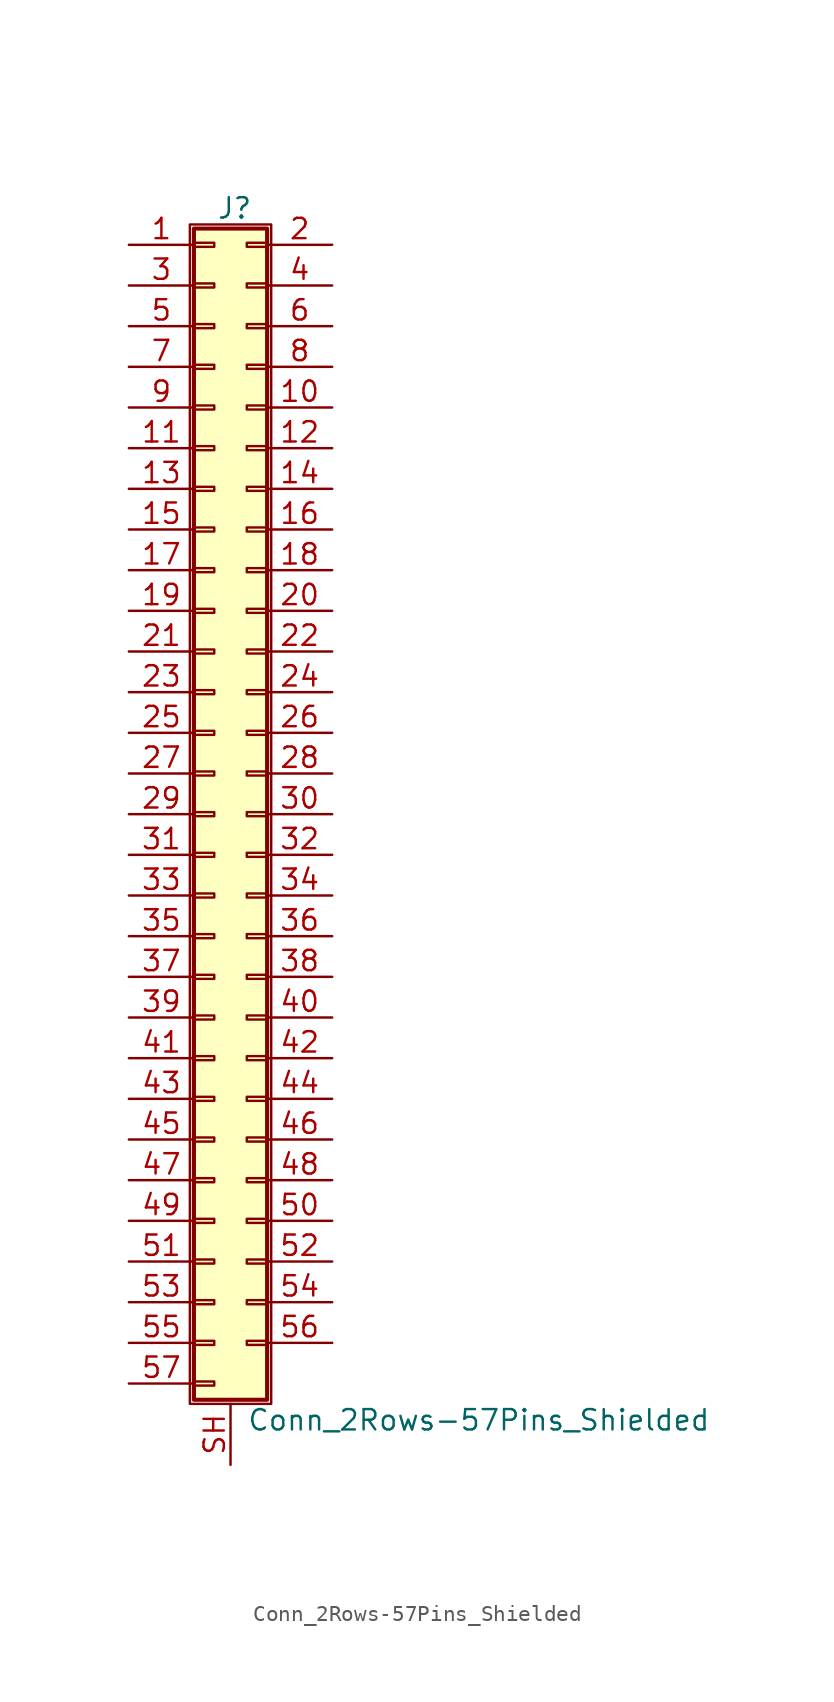
<source format=kicad_sym>
(kicad_symbol_lib
  (version 20220914)
  (generator kicad_symbol_editor)
  (symbol "Conn_2Rows-57Pins_Shielded"
    (pin_names
      (offset 1.016) hide)
    (property "Reference" "J"
      (at 1.524 37.846 0)
      (effects (font (size 1.27 1.27))))
    (property "Value" "Conn_2Rows-57Pins_Shielded"
      (at 2.286 -37.846 0)
      (effects (font (size 1.27 1.27)) (justify left)))
    (symbol "Conn_2Rows-57Pins_Shielded_1_1"
      (rectangle (start -1.27 36.83) (end 3.81 -36.83) (stroke (width 0.152) (type default)) (fill (type none)))
      (rectangle (start -1.016 -35.433) (end 0.254 -35.687) (stroke (width 0.152) (type default)) (fill (type none)))
      (rectangle (start -1.016 -32.893) (end 0.254 -33.147) (stroke (width 0.152) (type default)) (fill (type none)))
      (rectangle (start -1.016 -30.353) (end 0.254 -30.607) (stroke (width 0.152) (type default)) (fill (type none)))
      (rectangle (start -1.016 -27.813) (end 0.254 -28.067) (stroke (width 0.152) (type default)) (fill (type none)))
      (rectangle (start -1.016 -25.273) (end 0.254 -25.527) (stroke (width 0.152) (type default)) (fill (type none)))
      (rectangle (start -1.016 -22.733) (end 0.254 -22.987) (stroke (width 0.152) (type default)) (fill (type none)))
      (rectangle (start -1.016 -20.193) (end 0.254 -20.447) (stroke (width 0.152) (type default)) (fill (type none)))
      (rectangle (start -1.016 -17.653) (end 0.254 -17.907) (stroke (width 0.152) (type default)) (fill (type none)))
      (rectangle (start -1.016 -15.113) (end 0.254 -15.367) (stroke (width 0.152) (type default)) (fill (type none)))
      (rectangle (start -1.016 -12.573) (end 0.254 -12.827) (stroke (width 0.152) (type default)) (fill (type none)))
      (rectangle (start -1.016 -10.033) (end 0.254 -10.287) (stroke (width 0.152) (type default)) (fill (type none)))
      (rectangle (start -1.016 -7.493) (end 0.254 -7.747) (stroke (width 0.152) (type default)) (fill (type none)))
      (rectangle (start -1.016 -4.953) (end 0.254 -5.207) (stroke (width 0.152) (type default)) (fill (type none)))
      (rectangle (start -1.016 -2.413) (end 0.254 -2.667) (stroke (width 0.152) (type default)) (fill (type none)))
      (rectangle (start -1.016 0.127) (end 0.254 -0.127) (stroke (width 0.152) (type default)) (fill (type none)))
      (rectangle (start -1.016 2.667) (end 0.254 2.413) (stroke (width 0.152) (type default)) (fill (type none)))
      (rectangle (start -1.016 5.207) (end 0.254 4.953) (stroke (width 0.152) (type default)) (fill (type none)))
      (rectangle (start -1.016 7.747) (end 0.254 7.493) (stroke (width 0.152) (type default)) (fill (type none)))
      (rectangle (start -1.016 10.287) (end 0.254 10.033) (stroke (width 0.152) (type default)) (fill (type none)))
      (rectangle (start -1.016 12.827) (end 0.254 12.573) (stroke (width 0.152) (type default)) (fill (type none)))
      (rectangle (start -1.016 15.367) (end 0.254 15.113) (stroke (width 0.152) (type default)) (fill (type none)))
      (rectangle (start -1.016 17.907) (end 0.254 17.653) (stroke (width 0.152) (type default)) (fill (type none)))
      (rectangle (start -1.016 20.447) (end 0.254 20.193) (stroke (width 0.152) (type default)) (fill (type none)))
      (rectangle (start -1.016 22.987) (end 0.254 22.733) (stroke (width 0.152) (type default)) (fill (type none)))
      (rectangle (start -1.016 25.527) (end 0.254 25.273) (stroke (width 0.152) (type default)) (fill (type none)))
      (rectangle (start -1.016 28.067) (end 0.254 27.813) (stroke (width 0.152) (type default)) (fill (type none)))
      (rectangle (start -1.016 30.607) (end 0.254 30.353) (stroke (width 0.152) (type default)) (fill (type none)))
      (rectangle (start -1.016 33.147) (end 0.254 32.893) (stroke (width 0.152) (type default)) (fill (type none)))
      (rectangle (start -1.016 35.687) (end 0.254 35.433) (stroke (width 0.152) (type default)) (fill (type none)))
      (rectangle (start -1.016 36.576) (end 3.556 -36.576) (stroke (width 0.254) (type default)) (fill (type background)))
      (rectangle (start 3.556 -32.893) (end 2.286 -33.147) (stroke (width 0.152) (type default)) (fill (type none)))
      (rectangle (start 3.556 -30.353) (end 2.286 -30.607) (stroke (width 0.152) (type default)) (fill (type none)))
      (rectangle (start 3.556 -27.813) (end 2.286 -28.067) (stroke (width 0.152) (type default)) (fill (type none)))
      (rectangle (start 3.556 -25.273) (end 2.286 -25.527) (stroke (width 0.152) (type default)) (fill (type none)))
      (rectangle (start 3.556 -22.733) (end 2.286 -22.987) (stroke (width 0.152) (type default)) (fill (type none)))
      (rectangle (start 3.556 -20.193) (end 2.286 -20.447) (stroke (width 0.152) (type default)) (fill (type none)))
      (rectangle (start 3.556 -17.653) (end 2.286 -17.907) (stroke (width 0.152) (type default)) (fill (type none)))
      (rectangle (start 3.556 -15.113) (end 2.286 -15.367) (stroke (width 0.152) (type default)) (fill (type none)))
      (rectangle (start 3.556 -12.573) (end 2.286 -12.827) (stroke (width 0.152) (type default)) (fill (type none)))
      (rectangle (start 3.556 -10.033) (end 2.286 -10.287) (stroke (width 0.152) (type default)) (fill (type none)))
      (rectangle (start 3.556 -7.493) (end 2.286 -7.747) (stroke (width 0.152) (type default)) (fill (type none)))
      (rectangle (start 3.556 -4.953) (end 2.286 -5.207) (stroke (width 0.152) (type default)) (fill (type none)))
      (rectangle (start 3.556 -2.413) (end 2.286 -2.667) (stroke (width 0.152) (type default)) (fill (type none)))
      (rectangle (start 3.556 0.127) (end 2.286 -0.127) (stroke (width 0.152) (type default)) (fill (type none)))
      (rectangle (start 3.556 2.667) (end 2.286 2.413) (stroke (width 0.152) (type default)) (fill (type none)))
      (rectangle (start 3.556 5.207) (end 2.286 4.953) (stroke (width 0.152) (type default)) (fill (type none)))
      (rectangle (start 3.556 7.747) (end 2.286 7.493) (stroke (width 0.152) (type default)) (fill (type none)))
      (rectangle (start 3.556 10.287) (end 2.286 10.033) (stroke (width 0.152) (type default)) (fill (type none)))
      (rectangle (start 3.556 12.827) (end 2.286 12.573) (stroke (width 0.152) (type default)) (fill (type none)))
      (rectangle (start 3.556 15.367) (end 2.286 15.113) (stroke (width 0.152) (type default)) (fill (type none)))
      (rectangle (start 3.556 17.907) (end 2.286 17.653) (stroke (width 0.152) (type default)) (fill (type none)))
      (rectangle (start 3.556 20.447) (end 2.286 20.193) (stroke (width 0.152) (type default)) (fill (type none)))
      (rectangle (start 3.556 22.987) (end 2.286 22.733) (stroke (width 0.152) (type default)) (fill (type none)))
      (rectangle (start 3.556 25.527) (end 2.286 25.273) (stroke (width 0.152) (type default)) (fill (type none)))
      (rectangle (start 3.556 28.067) (end 2.286 27.813) (stroke (width 0.152) (type default)) (fill (type none)))
      (rectangle (start 3.556 30.607) (end 2.286 30.353) (stroke (width 0.152) (type default)) (fill (type none)))
      (rectangle (start 3.556 33.147) (end 2.286 32.893) (stroke (width 0.152) (type default)) (fill (type none)))
      (rectangle (start 3.556 35.687) (end 2.286 35.433) (stroke (width 0.152) (type default)) (fill (type none)))
      (pin passive line (at -5.08 35.56 0) (length 4.064) (name "Pin_1" (effects (font (size 1.27 1.27)))) (number "1" (effects (font (size 1.27 1.27)))))
      (pin passive line (at 7.62 25.4 180) (length 4.064) (name "Pin_10" (effects (font (size 1.27 1.27)))) (number "10" (effects (font (size 1.27 1.27)))))
      (pin passive line (at -5.08 22.86 0) (length 4.064) (name "Pin_11" (effects (font (size 1.27 1.27)))) (number "11" (effects (font (size 1.27 1.27)))))
      (pin passive line (at 7.62 22.86 180) (length 4.064) (name "Pin_12" (effects (font (size 1.27 1.27)))) (number "12" (effects (font (size 1.27 1.27)))))
      (pin passive line (at -5.08 20.32 0) (length 4.064) (name "Pin_13" (effects (font (size 1.27 1.27)))) (number "13" (effects (font (size 1.27 1.27)))))
      (pin passive line (at 7.62 20.32 180) (length 4.064) (name "Pin_14" (effects (font (size 1.27 1.27)))) (number "14" (effects (font (size 1.27 1.27)))))
      (pin passive line (at -5.08 17.78 0) (length 4.064) (name "Pin_15" (effects (font (size 1.27 1.27)))) (number "15" (effects (font (size 1.27 1.27)))))
      (pin passive line (at 7.62 17.78 180) (length 4.064) (name "Pin_16" (effects (font (size 1.27 1.27)))) (number "16" (effects (font (size 1.27 1.27)))))
      (pin passive line (at -5.08 15.24 0) (length 4.064) (name "Pin_17" (effects (font (size 1.27 1.27)))) (number "17" (effects (font (size 1.27 1.27)))))
      (pin passive line (at 7.62 15.24 180) (length 4.064) (name "Pin_18" (effects (font (size 1.27 1.27)))) (number "18" (effects (font (size 1.27 1.27)))))
      (pin passive line (at -5.08 12.7 0) (length 4.064) (name "Pin_19" (effects (font (size 1.27 1.27)))) (number "19" (effects (font (size 1.27 1.27)))))
      (pin passive line (at 7.62 35.56 180) (length 4.064) (name "Pin_2" (effects (font (size 1.27 1.27)))) (number "2" (effects (font (size 1.27 1.27)))))
      (pin passive line (at 7.62 12.7 180) (length 4.064) (name "Pin_20" (effects (font (size 1.27 1.27)))) (number "20" (effects (font (size 1.27 1.27)))))
      (pin passive line (at -5.08 10.16 0) (length 4.064) (name "Pin_21" (effects (font (size 1.27 1.27)))) (number "21" (effects (font (size 1.27 1.27)))))
      (pin passive line (at 7.62 10.16 180) (length 4.064) (name "Pin_22" (effects (font (size 1.27 1.27)))) (number "22" (effects (font (size 1.27 1.27)))))
      (pin passive line (at -5.08 7.62 0) (length 4.064) (name "Pin_23" (effects (font (size 1.27 1.27)))) (number "23" (effects (font (size 1.27 1.27)))))
      (pin passive line (at 7.62 7.62 180) (length 4.064) (name "Pin_24" (effects (font (size 1.27 1.27)))) (number "24" (effects (font (size 1.27 1.27)))))
      (pin passive line (at -5.08 5.08 0) (length 4.064) (name "Pin_25" (effects (font (size 1.27 1.27)))) (number "25" (effects (font (size 1.27 1.27)))))
      (pin passive line (at 7.62 5.08 180) (length 4.064) (name "Pin_26" (effects (font (size 1.27 1.27)))) (number "26" (effects (font (size 1.27 1.27)))))
      (pin passive line (at -5.08 2.54 0) (length 4.064) (name "Pin_27" (effects (font (size 1.27 1.27)))) (number "27" (effects (font (size 1.27 1.27)))))
      (pin passive line (at 7.62 2.54 180) (length 4.064) (name "Pin_28" (effects (font (size 1.27 1.27)))) (number "28" (effects (font (size 1.27 1.27)))))
      (pin passive line (at -5.08 0 0) (length 4.064) (name "Pin_29" (effects (font (size 1.27 1.27)))) (number "29" (effects (font (size 1.27 1.27)))))
      (pin passive line (at -5.08 33.02 0) (length 4.064) (name "Pin_3" (effects (font (size 1.27 1.27)))) (number "3" (effects (font (size 1.27 1.27)))))
      (pin passive line (at 7.62 0 180) (length 4.064) (name "Pin_30" (effects (font (size 1.27 1.27)))) (number "30" (effects (font (size 1.27 1.27)))))
      (pin passive line (at -5.08 -2.54 0) (length 4.064) (name "Pin_31" (effects (font (size 1.27 1.27)))) (number "31" (effects (font (size 1.27 1.27)))))
      (pin passive line (at 7.62 -2.54 180) (length 4.064) (name "Pin_32" (effects (font (size 1.27 1.27)))) (number "32" (effects (font (size 1.27 1.27)))))
      (pin passive line (at -5.08 -5.08 0) (length 4.064) (name "Pin_33" (effects (font (size 1.27 1.27)))) (number "33" (effects (font (size 1.27 1.27)))))
      (pin passive line (at 7.62 -5.08 180) (length 4.064) (name "Pin_34" (effects (font (size 1.27 1.27)))) (number "34" (effects (font (size 1.27 1.27)))))
      (pin passive line (at -5.08 -7.62 0) (length 4.064) (name "Pin_35" (effects (font (size 1.27 1.27)))) (number "35" (effects (font (size 1.27 1.27)))))
      (pin passive line (at 7.62 -7.62 180) (length 4.064) (name "Pin_36" (effects (font (size 1.27 1.27)))) (number "36" (effects (font (size 1.27 1.27)))))
      (pin passive line (at -5.08 -10.16 0) (length 4.064) (name "Pin_37" (effects (font (size 1.27 1.27)))) (number "37" (effects (font (size 1.27 1.27)))))
      (pin passive line (at 7.62 -10.16 180) (length 4.064) (name "Pin_38" (effects (font (size 1.27 1.27)))) (number "38" (effects (font (size 1.27 1.27)))))
      (pin passive line (at -5.08 -12.7 0) (length 4.064) (name "Pin_39" (effects (font (size 1.27 1.27)))) (number "39" (effects (font (size 1.27 1.27)))))
      (pin passive line (at 7.62 33.02 180) (length 4.064) (name "Pin_4" (effects (font (size 1.27 1.27)))) (number "4" (effects (font (size 1.27 1.27)))))
      (pin passive line (at 7.62 -12.7 180) (length 4.064) (name "Pin_40" (effects (font (size 1.27 1.27)))) (number "40" (effects (font (size 1.27 1.27)))))
      (pin passive line (at -5.08 -15.24 0) (length 4.064) (name "Pin_41" (effects (font (size 1.27 1.27)))) (number "41" (effects (font (size 1.27 1.27)))))
      (pin passive line (at 7.62 -15.24 180) (length 4.064) (name "Pin_42" (effects (font (size 1.27 1.27)))) (number "42" (effects (font (size 1.27 1.27)))))
      (pin passive line (at -5.08 -17.78 0) (length 4.064) (name "Pin_43" (effects (font (size 1.27 1.27)))) (number "43" (effects (font (size 1.27 1.27)))))
      (pin passive line (at 7.62 -17.78 180) (length 4.064) (name "Pin_44" (effects (font (size 1.27 1.27)))) (number "44" (effects (font (size 1.27 1.27)))))
      (pin passive line (at -5.08 -20.32 0) (length 4.064) (name "Pin_45" (effects (font (size 1.27 1.27)))) (number "45" (effects (font (size 1.27 1.27)))))
      (pin passive line (at 7.62 -20.32 180) (length 4.064) (name "Pin_46" (effects (font (size 1.27 1.27)))) (number "46" (effects (font (size 1.27 1.27)))))
      (pin passive line (at -5.08 -22.86 0) (length 4.064) (name "Pin_47" (effects (font (size 1.27 1.27)))) (number "47" (effects (font (size 1.27 1.27)))))
      (pin passive line (at 7.62 -22.86 180) (length 4.064) (name "Pin_48" (effects (font (size 1.27 1.27)))) (number "48" (effects (font (size 1.27 1.27)))))
      (pin passive line (at -5.08 -25.4 0) (length 4.064) (name "Pin_49" (effects (font (size 1.27 1.27)))) (number "49" (effects (font (size 1.27 1.27)))))
      (pin passive line (at -5.08 30.48 0) (length 4.064) (name "Pin_5" (effects (font (size 1.27 1.27)))) (number "5" (effects (font (size 1.27 1.27)))))
      (pin passive line (at 7.62 -25.4 180) (length 4.064) (name "Pin_50" (effects (font (size 1.27 1.27)))) (number "50" (effects (font (size 1.27 1.27)))))
      (pin passive line (at -5.08 -27.94 0) (length 4.064) (name "Pin_51" (effects (font (size 1.27 1.27)))) (number "51" (effects (font (size 1.27 1.27)))))
      (pin passive line (at 7.62 -27.94 180) (length 4.064) (name "Pin_52" (effects (font (size 1.27 1.27)))) (number "52" (effects (font (size 1.27 1.27)))))
      (pin passive line (at -5.08 -30.48 0) (length 4.064) (name "Pin_53" (effects (font (size 1.27 1.27)))) (number "53" (effects (font (size 1.27 1.27)))))
      (pin passive line (at 7.62 -30.48 180) (length 4.064) (name "Pin_54" (effects (font (size 1.27 1.27)))) (number "54" (effects (font (size 1.27 1.27)))))
      (pin passive line (at -5.08 -33.02 0) (length 4.064) (name "Pin_55" (effects (font (size 1.27 1.27)))) (number "55" (effects (font (size 1.27 1.27)))))
      (pin passive line (at 7.62 -33.02 180) (length 4.064) (name "Pin_56" (effects (font (size 1.27 1.27)))) (number "56" (effects (font (size 1.27 1.27)))))
      (pin passive line (at -5.08 -35.56 0) (length 4.064) (name "Pin_57" (effects (font (size 1.27 1.27)))) (number "57" (effects (font (size 1.27 1.27)))))
      (pin passive line (at 7.62 30.48 180) (length 4.064) (name "Pin_6" (effects (font (size 1.27 1.27)))) (number "6" (effects (font (size 1.27 1.27)))))
      (pin passive line (at -5.08 27.94 0) (length 4.064) (name "Pin_7" (effects (font (size 1.27 1.27)))) (number "7" (effects (font (size 1.27 1.27)))))
      (pin passive line (at 7.62 27.94 180) (length 4.064) (name "Pin_8" (effects (font (size 1.27 1.27)))) (number "8" (effects (font (size 1.27 1.27)))))
      (pin passive line (at -5.08 25.4 0) (length 4.064) (name "Pin_9" (effects (font (size 1.27 1.27)))) (number "9" (effects (font (size 1.27 1.27)))))
      (pin passive line (at 1.27 -40.64 90) (length 3.81) (name "Shield" (effects (font (size 1.27 1.27)))) (number "SH" (effects (font (size 1.27 1.27))))))))
</source>
